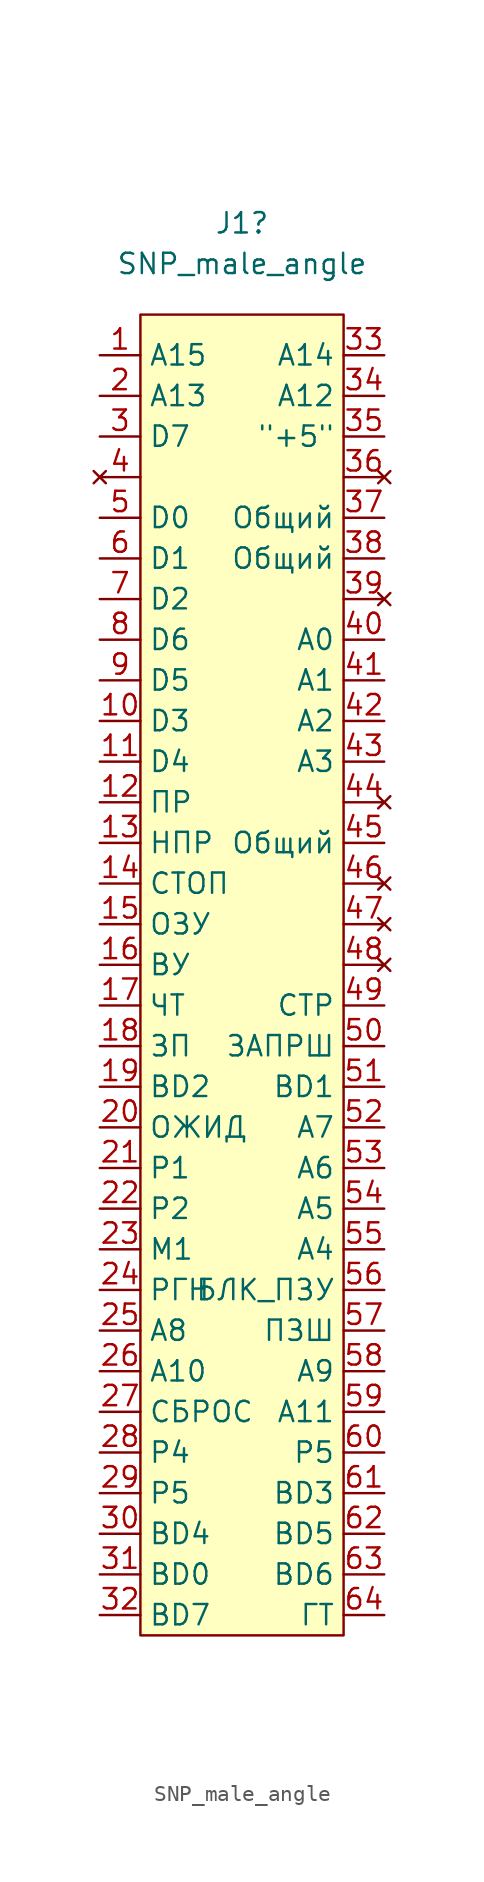
<source format=kicad_sym>
(kicad_symbol_lib
  (version 20220914)
  (generator kicad_symbol_editor)
  (symbol "SNP_male_angle"
    (property "Reference" "J1"
      (at 0 43.815 0)
      (effects (font (size 1.27 1.27))))
    (property "Value" "SNP_male_angle"
      (at 0 41.275 0)
      (effects (font (size 1.27 1.27))))
    (symbol "SNP_male_angle_0_1"
      (rectangle (start -6.35 38.1) (end 6.35 -44.45) (stroke (width 0) (type default)) (fill (type background))))
    (symbol "SNP_male_angle_1_1"
      (pin bidirectional line (at -8.89 35.56 0) (length 2.54) (name "A15" (effects (font (size 1.27 1.27)))) (number "1" (effects (font (size 1.27 1.27)))))
      (pin bidirectional line (at -8.89 12.7 0) (length 2.54) (name "D3" (effects (font (size 1.27 1.27)))) (number "10" (effects (font (size 1.27 1.27)))))
      (pin bidirectional line (at -8.89 10.16 0) (length 2.54) (name "D4" (effects (font (size 1.27 1.27)))) (number "11" (effects (font (size 1.27 1.27)))))
      (pin bidirectional line (at -8.89 7.62 0) (length 2.54) (name "ПР" (effects (font (size 1.27 1.27)))) (number "12" (effects (font (size 1.27 1.27)))))
      (pin bidirectional line (at -8.89 5.08 0) (length 2.54) (name "НПР" (effects (font (size 1.27 1.27)))) (number "13" (effects (font (size 1.27 1.27)))))
      (pin bidirectional line (at -8.89 2.54 0) (length 2.54) (name "СТОП" (effects (font (size 1.27 1.27)))) (number "14" (effects (font (size 1.27 1.27)))))
      (pin bidirectional line (at -8.89 0 0) (length 2.54) (name "ОЗУ" (effects (font (size 1.27 1.27)))) (number "15" (effects (font (size 1.27 1.27)))))
      (pin bidirectional line (at -8.89 -2.54 0) (length 2.54) (name "ВУ" (effects (font (size 1.27 1.27)))) (number "16" (effects (font (size 1.27 1.27)))))
      (pin bidirectional line (at -8.89 -5.08 0) (length 2.54) (name "ЧТ" (effects (font (size 1.27 1.27)))) (number "17" (effects (font (size 1.27 1.27)))))
      (pin bidirectional line (at -8.89 -7.62 0) (length 2.54) (name "ЗП" (effects (font (size 1.27 1.27)))) (number "18" (effects (font (size 1.27 1.27)))))
      (pin bidirectional line (at -8.89 -10.16 0) (length 2.54) (name "BD2" (effects (font (size 1.27 1.27)))) (number "19" (effects (font (size 1.27 1.27)))))
      (pin bidirectional line (at -8.89 33.02 0) (length 2.54) (name "A13" (effects (font (size 1.27 1.27)))) (number "2" (effects (font (size 1.27 1.27)))))
      (pin bidirectional line (at -8.89 -12.7 0) (length 2.54) (name "ОЖИД" (effects (font (size 1.27 1.27)))) (number "20" (effects (font (size 1.27 1.27)))))
      (pin bidirectional line (at -8.89 -15.24 0) (length 2.54) (name "P1" (effects (font (size 1.27 1.27)))) (number "21" (effects (font (size 1.27 1.27)))))
      (pin bidirectional line (at -8.89 -17.78 0) (length 2.54) (name "P2" (effects (font (size 1.27 1.27)))) (number "22" (effects (font (size 1.27 1.27)))))
      (pin bidirectional line (at -8.89 -20.32 0) (length 2.54) (name "М1" (effects (font (size 1.27 1.27)))) (number "23" (effects (font (size 1.27 1.27)))))
      (pin bidirectional line (at -8.89 -22.86 0) (length 2.54) (name "РГН" (effects (font (size 1.27 1.27)))) (number "24" (effects (font (size 1.27 1.27)))))
      (pin bidirectional line (at -8.89 -25.4 0) (length 2.54) (name "A8" (effects (font (size 1.27 1.27)))) (number "25" (effects (font (size 1.27 1.27)))))
      (pin bidirectional line (at -8.89 -27.94 0) (length 2.54) (name "A10" (effects (font (size 1.27 1.27)))) (number "26" (effects (font (size 1.27 1.27)))))
      (pin bidirectional line (at -8.89 -30.48 0) (length 2.54) (name "СБРОС" (effects (font (size 1.27 1.27)))) (number "27" (effects (font (size 1.27 1.27)))))
      (pin bidirectional line (at -8.89 -33.02 0) (length 2.54) (name "P4" (effects (font (size 1.27 1.27)))) (number "28" (effects (font (size 1.27 1.27)))))
      (pin bidirectional line (at -8.89 -35.56 0) (length 2.54) (name "P5" (effects (font (size 1.27 1.27)))) (number "29" (effects (font (size 1.27 1.27)))))
      (pin bidirectional line (at -8.89 30.48 0) (length 2.54) (name "D7" (effects (font (size 1.27 1.27)))) (number "3" (effects (font (size 1.27 1.27)))))
      (pin bidirectional line (at -8.89 -38.1 0) (length 2.54) (name "BD4" (effects (font (size 1.27 1.27)))) (number "30" (effects (font (size 1.27 1.27)))))
      (pin bidirectional line (at -8.89 -40.64 0) (length 2.54) (name "BD0" (effects (font (size 1.27 1.27)))) (number "31" (effects (font (size 1.27 1.27)))))
      (pin bidirectional line (at -8.89 -43.18 0) (length 2.54) (name "BD7" (effects (font (size 1.27 1.27)))) (number "32" (effects (font (size 1.27 1.27)))))
      (pin bidirectional line (at 8.89 35.56 180) (length 2.54) (name "A14" (effects (font (size 1.27 1.27)))) (number "33" (effects (font (size 1.27 1.27)))))
      (pin bidirectional line (at 8.89 33.02 180) (length 2.54) (name "A12" (effects (font (size 1.27 1.27)))) (number "34" (effects (font (size 1.27 1.27)))))
      (pin power_in line (at 8.89 30.48 180) (length 2.54) (name "\"+5\"" (effects (font (size 1.27 1.27)))) (number "35" (effects (font (size 1.27 1.27)))))
      (pin no_connect line (at 8.89 27.94 180) (length 2.54) (name "" (effects (font (size 1.27 1.27)))) (number "36" (effects (font (size 1.27 1.27)))))
      (pin power_in line (at 8.89 25.4 180) (length 2.54) (name "Общий" (effects (font (size 1.27 1.27)))) (number "37" (effects (font (size 1.27 1.27)))))
      (pin power_in line (at 8.89 22.86 180) (length 2.54) (name "Общий" (effects (font (size 1.27 1.27)))) (number "38" (effects (font (size 1.27 1.27)))))
      (pin no_connect line (at 8.89 20.32 180) (length 2.54) (name "" (effects (font (size 1.27 1.27)))) (number "39" (effects (font (size 1.27 1.27)))))
      (pin no_connect line (at -8.89 27.94 0) (length 2.54) (name "" (effects (font (size 1.27 1.27)))) (number "4" (effects (font (size 1.27 1.27)))))
      (pin bidirectional line (at 8.89 17.78 180) (length 2.54) (name "A0" (effects (font (size 1.27 1.27)))) (number "40" (effects (font (size 1.27 1.27)))))
      (pin bidirectional line (at 8.89 15.24 180) (length 2.54) (name "A1" (effects (font (size 1.27 1.27)))) (number "41" (effects (font (size 1.27 1.27)))))
      (pin bidirectional line (at 8.89 12.7 180) (length 2.54) (name "A2" (effects (font (size 1.27 1.27)))) (number "42" (effects (font (size 1.27 1.27)))))
      (pin bidirectional line (at 8.89 10.16 180) (length 2.54) (name "A3" (effects (font (size 1.27 1.27)))) (number "43" (effects (font (size 1.27 1.27)))))
      (pin no_connect line (at 8.89 7.62 180) (length 2.54) (name "" (effects (font (size 1.27 1.27)))) (number "44" (effects (font (size 1.27 1.27)))))
      (pin power_in line (at 8.89 5.08 180) (length 2.54) (name "Общий" (effects (font (size 1.27 1.27)))) (number "45" (effects (font (size 1.27 1.27)))))
      (pin no_connect line (at 8.89 2.54 180) (length 2.54) (name "" (effects (font (size 1.27 1.27)))) (number "46" (effects (font (size 1.27 1.27)))))
      (pin no_connect line (at 8.89 0 180) (length 2.54) (name "" (effects (font (size 1.27 1.27)))) (number "47" (effects (font (size 1.27 1.27)))))
      (pin no_connect line (at 8.89 -2.54 180) (length 2.54) (name "" (effects (font (size 1.27 1.27)))) (number "48" (effects (font (size 1.27 1.27)))))
      (pin bidirectional line (at 8.89 -5.08 180) (length 2.54) (name "СТР" (effects (font (size 1.27 1.27)))) (number "49" (effects (font (size 1.27 1.27)))))
      (pin bidirectional line (at -8.89 25.4 0) (length 2.54) (name "D0" (effects (font (size 1.27 1.27)))) (number "5" (effects (font (size 1.27 1.27)))))
      (pin bidirectional line (at 8.89 -7.62 180) (length 2.54) (name "ЗАПРШ" (effects (font (size 1.27 1.27)))) (number "50" (effects (font (size 1.27 1.27)))))
      (pin bidirectional line (at 8.89 -10.16 180) (length 2.54) (name "BD1" (effects (font (size 1.27 1.27)))) (number "51" (effects (font (size 1.27 1.27)))))
      (pin bidirectional line (at 8.89 -12.7 180) (length 2.54) (name "A7" (effects (font (size 1.27 1.27)))) (number "52" (effects (font (size 1.27 1.27)))))
      (pin bidirectional line (at 8.89 -15.24 180) (length 2.54) (name "A6" (effects (font (size 1.27 1.27)))) (number "53" (effects (font (size 1.27 1.27)))))
      (pin bidirectional line (at 8.89 -17.78 180) (length 2.54) (name "A5" (effects (font (size 1.27 1.27)))) (number "54" (effects (font (size 1.27 1.27)))))
      (pin bidirectional line (at 8.89 -20.32 180) (length 2.54) (name "A4" (effects (font (size 1.27 1.27)))) (number "55" (effects (font (size 1.27 1.27)))))
      (pin bidirectional line (at 8.89 -22.86 180) (length 2.54) (name "БЛК_ПЗУ" (effects (font (size 1.27 1.27)))) (number "56" (effects (font (size 1.27 1.27)))))
      (pin bidirectional line (at 8.89 -25.4 180) (length 2.54) (name "ПЗШ" (effects (font (size 1.27 1.27)))) (number "57" (effects (font (size 1.27 1.27)))))
      (pin bidirectional line (at 8.89 -27.94 180) (length 2.54) (name "A9" (effects (font (size 1.27 1.27)))) (number "58" (effects (font (size 1.27 1.27)))))
      (pin bidirectional line (at 8.89 -30.48 180) (length 2.54) (name "A11" (effects (font (size 1.27 1.27)))) (number "59" (effects (font (size 1.27 1.27)))))
      (pin bidirectional line (at -8.89 22.86 0) (length 2.54) (name "D1" (effects (font (size 1.27 1.27)))) (number "6" (effects (font (size 1.27 1.27)))))
      (pin bidirectional line (at 8.89 -33.02 180) (length 2.54) (name "P5" (effects (font (size 1.27 1.27)))) (number "60" (effects (font (size 1.27 1.27)))))
      (pin bidirectional line (at 8.89 -35.56 180) (length 2.54) (name "BD3" (effects (font (size 1.27 1.27)))) (number "61" (effects (font (size 1.27 1.27)))))
      (pin bidirectional line (at 8.89 -38.1 180) (length 2.54) (name "BD5" (effects (font (size 1.27 1.27)))) (number "62" (effects (font (size 1.27 1.27)))))
      (pin bidirectional line (at 8.89 -40.64 180) (length 2.54) (name "BD6" (effects (font (size 1.27 1.27)))) (number "63" (effects (font (size 1.27 1.27)))))
      (pin bidirectional line (at 8.89 -43.18 180) (length 2.54) (name "ГТ" (effects (font (size 1.27 1.27)))) (number "64" (effects (font (size 1.27 1.27)))))
      (pin bidirectional line (at -8.89 20.32 0) (length 2.54) (name "D2" (effects (font (size 1.27 1.27)))) (number "7" (effects (font (size 1.27 1.27)))))
      (pin bidirectional line (at -8.89 17.78 0) (length 2.54) (name "D6" (effects (font (size 1.27 1.27)))) (number "8" (effects (font (size 1.27 1.27)))))
      (pin bidirectional line (at -8.89 15.24 0) (length 2.54) (name "D5" (effects (font (size 1.27 1.27)))) (number "9" (effects (font (size 1.27 1.27))))))))
</source>
